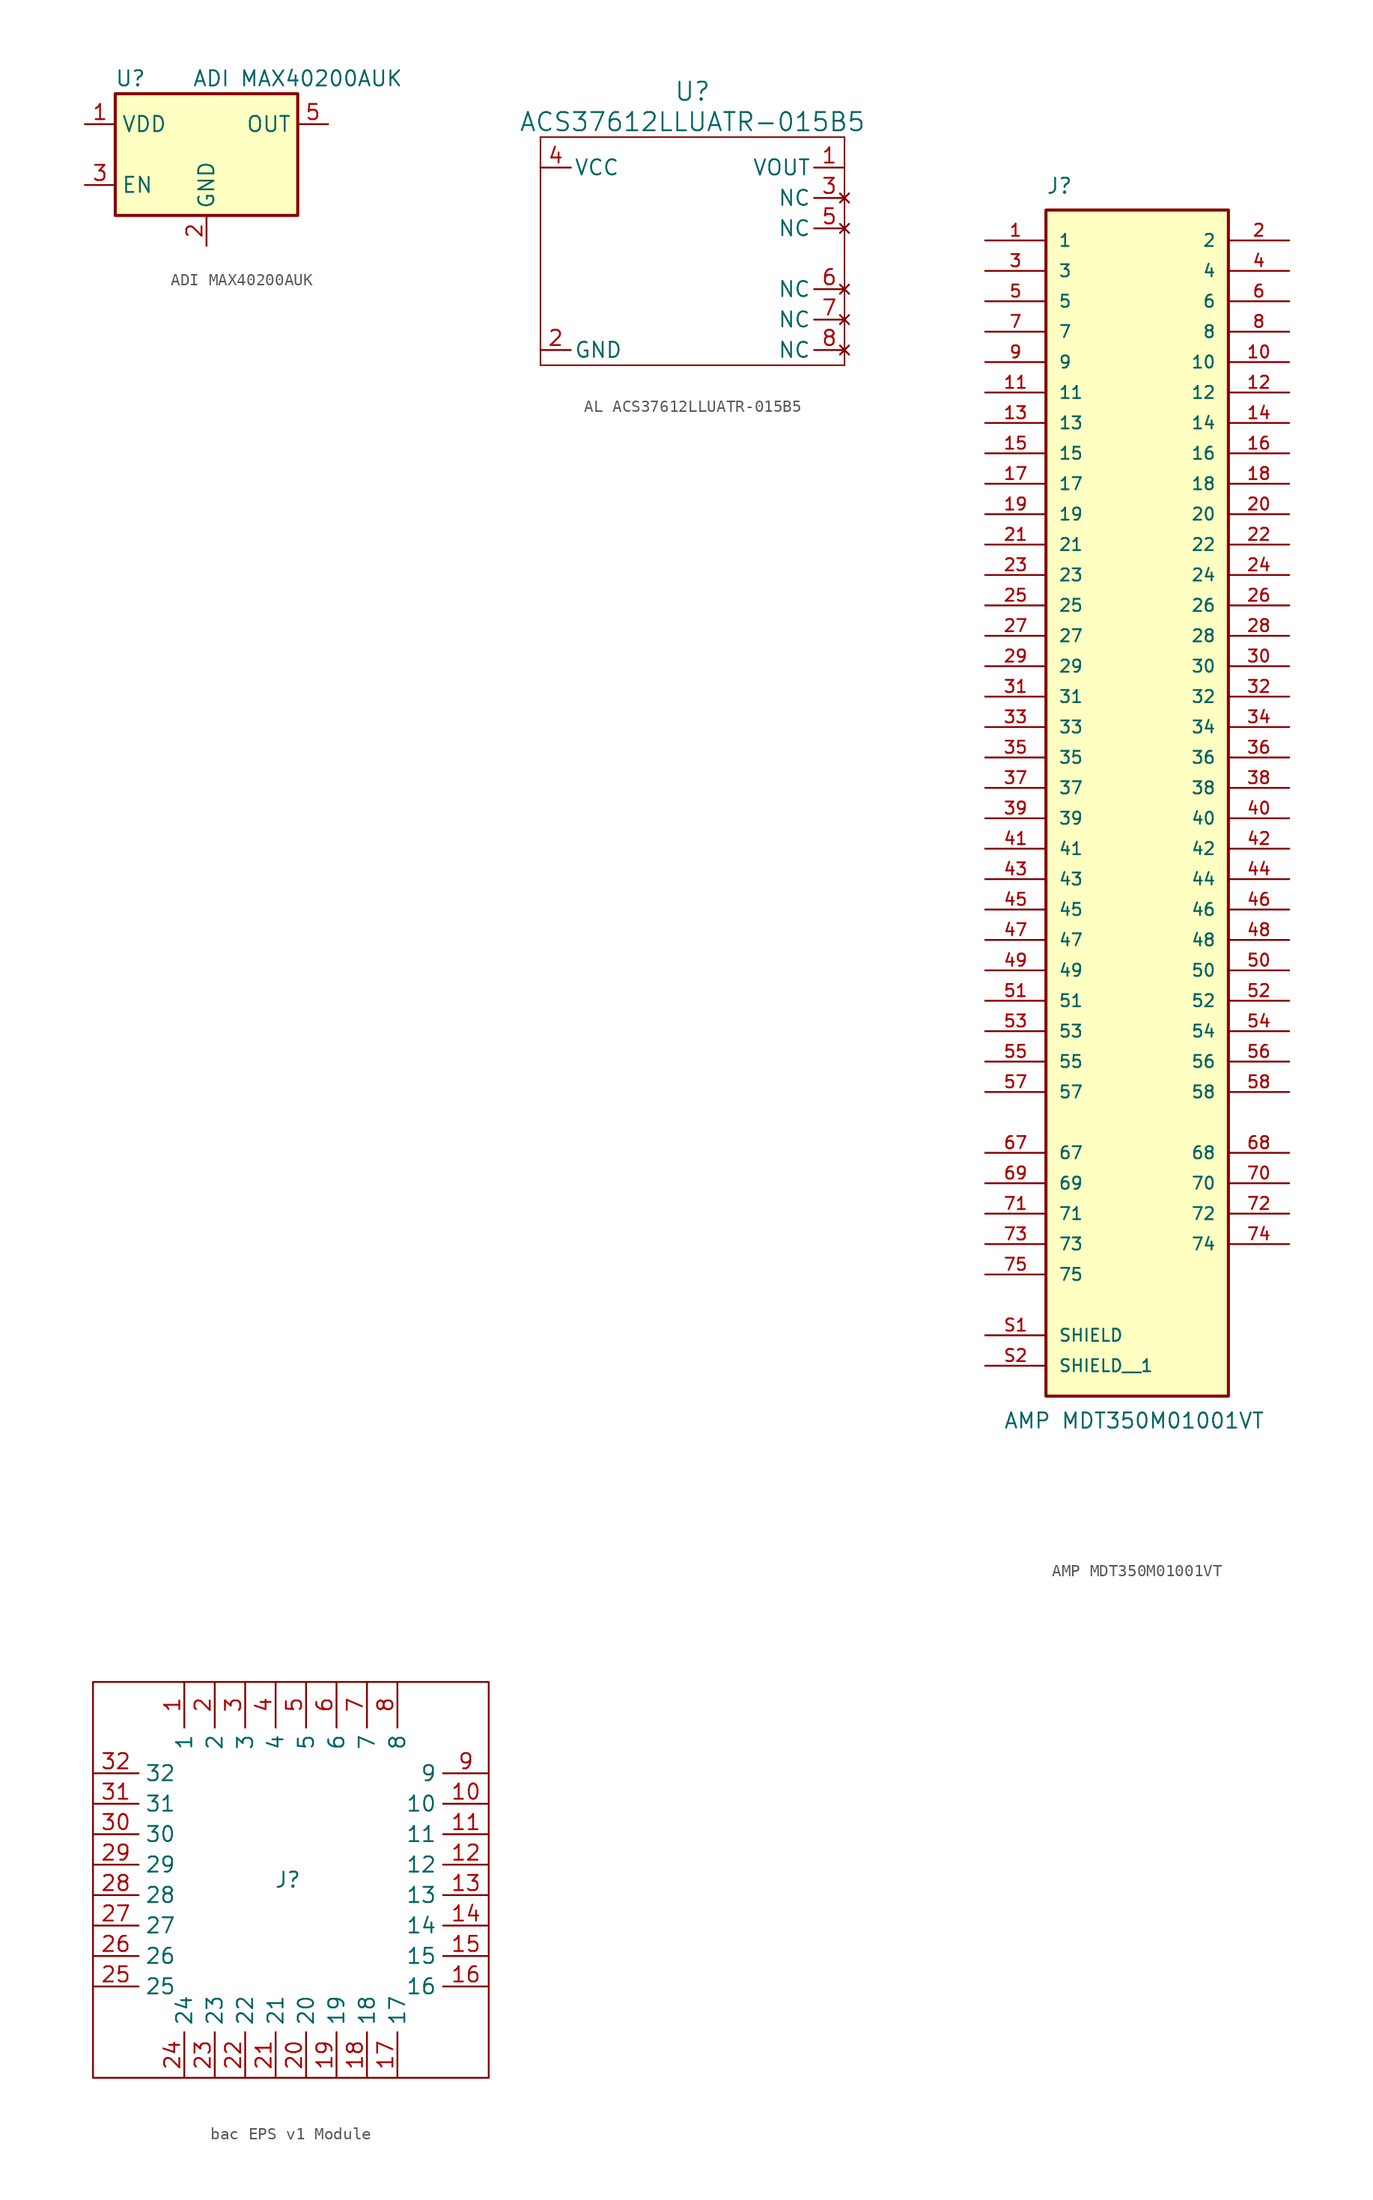
<source format=kicad_sym>
(kicad_symbol_lib
  (version 20231120)
  (generator "kicad_symbol_editor")
  (generator_version "8.0")
  (symbol "ADI MAX40200AUK"
    (property "Reference" "U"
      (at -6.35 6.35 0)
      (effects (font (size 1.27 1.27))))
    (property "Value" "ADI MAX40200AUK"
      (at 7.62 6.35 0)
      (effects (font (size 1.27 1.27))))
    (symbol "ADI MAX40200AUK_1_1"
      (rectangle (start -7.62 -5.08) (end 7.62 5.08) (stroke (width 0.254) (type default)) (fill (type background)))
      (pin power_in line (at -10.16 2.54 0) (length 2.54) (name "VDD" (effects (font (size 1.27 1.27)))) (number "1" (effects (font (size 1.27 1.27)))))
      (pin power_in line (at 0 -7.62 90) (length 2.54) (name "GND" (effects (font (size 1.27 1.27)))) (number "2" (effects (font (size 1.27 1.27)))))
      (pin input line (at -10.16 -2.54 0) (length 2.54) (name "EN" (effects (font (size 1.27 1.27)))) (number "3" (effects (font (size 1.27 1.27)))))
      (pin no_connect line (at 7.62 -2.54 180) (length 2.54) hide (name "NC" (effects (font (size 1.27 1.27)))) (number "4" (effects (font (size 1.27 1.27)))))
      (pin passive line (at 10.16 2.54 180) (length 2.54) (name "OUT" (effects (font (size 1.27 1.27)))) (number "5" (effects (font (size 1.27 1.27)))))))
  (symbol "AL ACS37612LLUATR-015B5"
    (pin_names
      (offset 0.254))
    (property "Reference" "U"
      (at 0 13.97 0)
      (effects (font (size 1.524 1.524))))
    (property "Value" "ACS37612LLUATR-015B5"
      (at 0 11.43 0)
      (effects (font (size 1.524 1.524))))
    (symbol "AL ACS37612LLUATR-015B5_0_1"
      (polyline (pts (xy -12.7 -8.89) (xy 12.7 -8.89)) (stroke (width 0.127) (type default)) (fill (type none)))
      (polyline (pts (xy -12.7 10.16) (xy -12.7 -8.89)) (stroke (width 0.127) (type default)) (fill (type none)))
      (polyline (pts (xy 12.7 -8.89) (xy 12.7 10.16)) (stroke (width 0.127) (type default)) (fill (type none)))
      (polyline (pts (xy 12.7 10.16) (xy -12.7 10.16)) (stroke (width 0.127) (type default)) (fill (type none)))
      (pin output line (at 12.7 7.62 180) (length 2.54) (name "VOUT" (effects (font (size 1.27 1.27)))) (number "1" (effects (font (size 1.27 1.27)))))
      (pin power_in line (at -12.7 -7.62 0) (length 2.54) (name "GND" (effects (font (size 1.27 1.27)))) (number "2" (effects (font (size 1.27 1.27)))))
      (pin no_connect line (at 12.7 5.08 180) (length 2.54) (name "NC" (effects (font (size 1.27 1.27)))) (number "3" (effects (font (size 1.27 1.27)))))
      (pin power_in line (at -12.7 7.62 0) (length 2.54) (name "VCC" (effects (font (size 1.27 1.27)))) (number "4" (effects (font (size 1.27 1.27)))))
      (pin no_connect line (at 12.7 2.54 180) (length 2.54) (name "NC" (effects (font (size 1.27 1.27)))) (number "5" (effects (font (size 1.27 1.27)))))
      (pin no_connect line (at 12.7 -2.54 180) (length 2.54) (name "NC" (effects (font (size 1.27 1.27)))) (number "6" (effects (font (size 1.27 1.27)))))
      (pin no_connect line (at 12.7 -5.08 180) (length 2.54) (name "NC" (effects (font (size 1.27 1.27)))) (number "7" (effects (font (size 1.27 1.27)))))
      (pin no_connect line (at 12.7 -7.62 180) (length 2.54) (name "NC" (effects (font (size 1.27 1.27)))) (number "8" (effects (font (size 1.27 1.27)))))))
  (symbol "AMP MDT350M01001VT"
    (pin_names
      (offset 1.016))
    (property "Reference" "J"
      (at -7.62 49.53 0)
      (effects (font (size 1.27 1.27)) (justify left bottom)))
    (property "Value" "AMP MDT350M01001VT"
      (at -11.176 -53.594 0)
      (effects (font (size 1.27 1.27)) (justify left bottom)))
    (symbol "AMP MDT350M01001VT_0_0"
      (rectangle (start -7.62 48.26) (end 7.62 -50.8) (stroke (width 0.254) (type default)) (fill (type background)))
      (pin passive line (at -12.7 45.72 0) (length 5.08) (name "1" (effects (font (size 1.016 1.016)))) (number "1" (effects (font (size 1.016 1.016)))))
      (pin passive line (at 12.7 35.56 180) (length 5.08) (name "10" (effects (font (size 1.016 1.016)))) (number "10" (effects (font (size 1.016 1.016)))))
      (pin passive line (at -12.7 33.02 0) (length 5.08) (name "11" (effects (font (size 1.016 1.016)))) (number "11" (effects (font (size 1.016 1.016)))))
      (pin passive line (at 12.7 33.02 180) (length 5.08) (name "12" (effects (font (size 1.016 1.016)))) (number "12" (effects (font (size 1.016 1.016)))))
      (pin passive line (at -12.7 30.48 0) (length 5.08) (name "13" (effects (font (size 1.016 1.016)))) (number "13" (effects (font (size 1.016 1.016)))))
      (pin passive line (at 12.7 30.48 180) (length 5.08) (name "14" (effects (font (size 1.016 1.016)))) (number "14" (effects (font (size 1.016 1.016)))))
      (pin passive line (at -12.7 27.94 0) (length 5.08) (name "15" (effects (font (size 1.016 1.016)))) (number "15" (effects (font (size 1.016 1.016)))))
      (pin passive line (at 12.7 27.94 180) (length 5.08) (name "16" (effects (font (size 1.016 1.016)))) (number "16" (effects (font (size 1.016 1.016)))))
      (pin passive line (at -12.7 25.4 0) (length 5.08) (name "17" (effects (font (size 1.016 1.016)))) (number "17" (effects (font (size 1.016 1.016)))))
      (pin passive line (at 12.7 25.4 180) (length 5.08) (name "18" (effects (font (size 1.016 1.016)))) (number "18" (effects (font (size 1.016 1.016)))))
      (pin passive line (at -12.7 22.86 0) (length 5.08) (name "19" (effects (font (size 1.016 1.016)))) (number "19" (effects (font (size 1.016 1.016)))))
      (pin passive line (at 12.7 45.72 180) (length 5.08) (name "2" (effects (font (size 1.016 1.016)))) (number "2" (effects (font (size 1.016 1.016)))))
      (pin passive line (at 12.7 22.86 180) (length 5.08) (name "20" (effects (font (size 1.016 1.016)))) (number "20" (effects (font (size 1.016 1.016)))))
      (pin passive line (at -12.7 20.32 0) (length 5.08) (name "21" (effects (font (size 1.016 1.016)))) (number "21" (effects (font (size 1.016 1.016)))))
      (pin passive line (at 12.7 20.32 180) (length 5.08) (name "22" (effects (font (size 1.016 1.016)))) (number "22" (effects (font (size 1.016 1.016)))))
      (pin passive line (at -12.7 17.78 0) (length 5.08) (name "23" (effects (font (size 1.016 1.016)))) (number "23" (effects (font (size 1.016 1.016)))))
      (pin passive line (at 12.7 17.78 180) (length 5.08) (name "24" (effects (font (size 1.016 1.016)))) (number "24" (effects (font (size 1.016 1.016)))))
      (pin passive line (at -12.7 15.24 0) (length 5.08) (name "25" (effects (font (size 1.016 1.016)))) (number "25" (effects (font (size 1.016 1.016)))))
      (pin passive line (at 12.7 15.24 180) (length 5.08) (name "26" (effects (font (size 1.016 1.016)))) (number "26" (effects (font (size 1.016 1.016)))))
      (pin passive line (at -12.7 12.7 0) (length 5.08) (name "27" (effects (font (size 1.016 1.016)))) (number "27" (effects (font (size 1.016 1.016)))))
      (pin passive line (at 12.7 12.7 180) (length 5.08) (name "28" (effects (font (size 1.016 1.016)))) (number "28" (effects (font (size 1.016 1.016)))))
      (pin passive line (at -12.7 10.16 0) (length 5.08) (name "29" (effects (font (size 1.016 1.016)))) (number "29" (effects (font (size 1.016 1.016)))))
      (pin passive line (at -12.7 43.18 0) (length 5.08) (name "3" (effects (font (size 1.016 1.016)))) (number "3" (effects (font (size 1.016 1.016)))))
      (pin passive line (at 12.7 10.16 180) (length 5.08) (name "30" (effects (font (size 1.016 1.016)))) (number "30" (effects (font (size 1.016 1.016)))))
      (pin passive line (at -12.7 7.62 0) (length 5.08) (name "31" (effects (font (size 1.016 1.016)))) (number "31" (effects (font (size 1.016 1.016)))))
      (pin passive line (at 12.7 7.62 180) (length 5.08) (name "32" (effects (font (size 1.016 1.016)))) (number "32" (effects (font (size 1.016 1.016)))))
      (pin passive line (at -12.7 5.08 0) (length 5.08) (name "33" (effects (font (size 1.016 1.016)))) (number "33" (effects (font (size 1.016 1.016)))))
      (pin passive line (at 12.7 5.08 180) (length 5.08) (name "34" (effects (font (size 1.016 1.016)))) (number "34" (effects (font (size 1.016 1.016)))))
      (pin passive line (at -12.7 2.54 0) (length 5.08) (name "35" (effects (font (size 1.016 1.016)))) (number "35" (effects (font (size 1.016 1.016)))))
      (pin passive line (at 12.7 2.54 180) (length 5.08) (name "36" (effects (font (size 1.016 1.016)))) (number "36" (effects (font (size 1.016 1.016)))))
      (pin passive line (at -12.7 0 0) (length 5.08) (name "37" (effects (font (size 1.016 1.016)))) (number "37" (effects (font (size 1.016 1.016)))))
      (pin passive line (at 12.7 0 180) (length 5.08) (name "38" (effects (font (size 1.016 1.016)))) (number "38" (effects (font (size 1.016 1.016)))))
      (pin passive line (at -12.7 -2.54 0) (length 5.08) (name "39" (effects (font (size 1.016 1.016)))) (number "39" (effects (font (size 1.016 1.016)))))
      (pin passive line (at 12.7 43.18 180) (length 5.08) (name "4" (effects (font (size 1.016 1.016)))) (number "4" (effects (font (size 1.016 1.016)))))
      (pin passive line (at 12.7 -2.54 180) (length 5.08) (name "40" (effects (font (size 1.016 1.016)))) (number "40" (effects (font (size 1.016 1.016)))))
      (pin passive line (at -12.7 -5.08 0) (length 5.08) (name "41" (effects (font (size 1.016 1.016)))) (number "41" (effects (font (size 1.016 1.016)))))
      (pin passive line (at 12.7 -5.08 180) (length 5.08) (name "42" (effects (font (size 1.016 1.016)))) (number "42" (effects (font (size 1.016 1.016)))))
      (pin passive line (at -12.7 -7.62 0) (length 5.08) (name "43" (effects (font (size 1.016 1.016)))) (number "43" (effects (font (size 1.016 1.016)))))
      (pin passive line (at 12.7 -7.62 180) (length 5.08) (name "44" (effects (font (size 1.016 1.016)))) (number "44" (effects (font (size 1.016 1.016)))))
      (pin passive line (at -12.7 -10.16 0) (length 5.08) (name "45" (effects (font (size 1.016 1.016)))) (number "45" (effects (font (size 1.016 1.016)))))
      (pin passive line (at 12.7 -10.16 180) (length 5.08) (name "46" (effects (font (size 1.016 1.016)))) (number "46" (effects (font (size 1.016 1.016)))))
      (pin passive line (at -12.7 -12.7 0) (length 5.08) (name "47" (effects (font (size 1.016 1.016)))) (number "47" (effects (font (size 1.016 1.016)))))
      (pin passive line (at 12.7 -12.7 180) (length 5.08) (name "48" (effects (font (size 1.016 1.016)))) (number "48" (effects (font (size 1.016 1.016)))))
      (pin passive line (at -12.7 -15.24 0) (length 5.08) (name "49" (effects (font (size 1.016 1.016)))) (number "49" (effects (font (size 1.016 1.016)))))
      (pin passive line (at -12.7 40.64 0) (length 5.08) (name "5" (effects (font (size 1.016 1.016)))) (number "5" (effects (font (size 1.016 1.016)))))
      (pin passive line (at 12.7 -15.24 180) (length 5.08) (name "50" (effects (font (size 1.016 1.016)))) (number "50" (effects (font (size 1.016 1.016)))))
      (pin passive line (at -12.7 -17.78 0) (length 5.08) (name "51" (effects (font (size 1.016 1.016)))) (number "51" (effects (font (size 1.016 1.016)))))
      (pin passive line (at 12.7 -17.78 180) (length 5.08) (name "52" (effects (font (size 1.016 1.016)))) (number "52" (effects (font (size 1.016 1.016)))))
      (pin passive line (at -12.7 -20.32 0) (length 5.08) (name "53" (effects (font (size 1.016 1.016)))) (number "53" (effects (font (size 1.016 1.016)))))
      (pin passive line (at 12.7 -20.32 180) (length 5.08) (name "54" (effects (font (size 1.016 1.016)))) (number "54" (effects (font (size 1.016 1.016)))))
      (pin passive line (at -12.7 -22.86 0) (length 5.08) (name "55" (effects (font (size 1.016 1.016)))) (number "55" (effects (font (size 1.016 1.016)))))
      (pin passive line (at 12.7 -22.86 180) (length 5.08) (name "56" (effects (font (size 1.016 1.016)))) (number "56" (effects (font (size 1.016 1.016)))))
      (pin passive line (at -12.7 -25.4 0) (length 5.08) (name "57" (effects (font (size 1.016 1.016)))) (number "57" (effects (font (size 1.016 1.016)))))
      (pin passive line (at 12.7 -25.4 180) (length 5.08) (name "58" (effects (font (size 1.016 1.016)))) (number "58" (effects (font (size 1.016 1.016)))))
      (pin passive line (at 12.7 40.64 180) (length 5.08) (name "6" (effects (font (size 1.016 1.016)))) (number "6" (effects (font (size 1.016 1.016)))))
      (pin passive line (at -12.7 -30.48 0) (length 5.08) (name "67" (effects (font (size 1.016 1.016)))) (number "67" (effects (font (size 1.016 1.016)))))
      (pin passive line (at 12.7 -30.48 180) (length 5.08) (name "68" (effects (font (size 1.016 1.016)))) (number "68" (effects (font (size 1.016 1.016)))))
      (pin passive line (at -12.7 -33.02 0) (length 5.08) (name "69" (effects (font (size 1.016 1.016)))) (number "69" (effects (font (size 1.016 1.016)))))
      (pin passive line (at -12.7 38.1 0) (length 5.08) (name "7" (effects (font (size 1.016 1.016)))) (number "7" (effects (font (size 1.016 1.016)))))
      (pin passive line (at 12.7 -33.02 180) (length 5.08) (name "70" (effects (font (size 1.016 1.016)))) (number "70" (effects (font (size 1.016 1.016)))))
      (pin passive line (at -12.7 -35.56 0) (length 5.08) (name "71" (effects (font (size 1.016 1.016)))) (number "71" (effects (font (size 1.016 1.016)))))
      (pin passive line (at 12.7 -35.56 180) (length 5.08) (name "72" (effects (font (size 1.016 1.016)))) (number "72" (effects (font (size 1.016 1.016)))))
      (pin passive line (at -12.7 -38.1 0) (length 5.08) (name "73" (effects (font (size 1.016 1.016)))) (number "73" (effects (font (size 1.016 1.016)))))
      (pin passive line (at 12.7 -38.1 180) (length 5.08) (name "74" (effects (font (size 1.016 1.016)))) (number "74" (effects (font (size 1.016 1.016)))))
      (pin passive line (at -12.7 -40.64 0) (length 5.08) (name "75" (effects (font (size 1.016 1.016)))) (number "75" (effects (font (size 1.016 1.016)))))
      (pin passive line (at 12.7 38.1 180) (length 5.08) (name "8" (effects (font (size 1.016 1.016)))) (number "8" (effects (font (size 1.016 1.016)))))
      (pin passive line (at -12.7 35.56 0) (length 5.08) (name "9" (effects (font (size 1.016 1.016)))) (number "9" (effects (font (size 1.016 1.016)))))
      (pin passive line (at -12.7 -45.72 0) (length 5.08) (name "SHIELD" (effects (font (size 1.016 1.016)))) (number "S1" (effects (font (size 1.016 1.016)))))
      (pin passive line (at -12.7 -48.26 0) (length 5.08) (name "SHIELD__1" (effects (font (size 1.016 1.016)))) (number "S2" (effects (font (size 1.016 1.016)))))))
  (symbol "bac EPS v1 Module"
    (property "Reference" "J"
      (at -0.254 0 0)
      (effects (font (size 1.27 1.27))))
    (property "Value" ""
      (at -2.54 -5.08 0)
      (effects (font (size 1.27 1.27))))
    (symbol "bac EPS v1 Module_0_1"
      (rectangle (start -16.51 16.51) (end 16.51 -16.51) (stroke (width 0) (type default)) (fill (type none))))
    (symbol "bac EPS v1 Module_1_1"
      (pin passive line (at -8.89 16.51 270) (length 3.81) (name "1" (effects (font (size 1.27 1.27)))) (number "1" (effects (font (size 1.27 1.27)))))
      (pin passive line (at 16.51 6.35 180) (length 3.81) (name "10" (effects (font (size 1.27 1.27)))) (number "10" (effects (font (size 1.27 1.27)))))
      (pin passive line (at 16.51 3.81 180) (length 3.81) (name "11" (effects (font (size 1.27 1.27)))) (number "11" (effects (font (size 1.27 1.27)))))
      (pin passive line (at 16.51 1.27 180) (length 3.81) (name "12" (effects (font (size 1.27 1.27)))) (number "12" (effects (font (size 1.27 1.27)))))
      (pin passive line (at 16.51 -1.27 180) (length 3.81) (name "13" (effects (font (size 1.27 1.27)))) (number "13" (effects (font (size 1.27 1.27)))))
      (pin passive line (at 16.51 -3.81 180) (length 3.81) (name "14" (effects (font (size 1.27 1.27)))) (number "14" (effects (font (size 1.27 1.27)))))
      (pin passive line (at 16.51 -6.35 180) (length 3.81) (name "15" (effects (font (size 1.27 1.27)))) (number "15" (effects (font (size 1.27 1.27)))))
      (pin passive line (at 16.51 -8.89 180) (length 3.81) (name "16" (effects (font (size 1.27 1.27)))) (number "16" (effects (font (size 1.27 1.27)))))
      (pin passive line (at 8.89 -16.51 90) (length 3.81) (name "17" (effects (font (size 1.27 1.27)))) (number "17" (effects (font (size 1.27 1.27)))))
      (pin passive line (at 6.35 -16.51 90) (length 3.81) (name "18" (effects (font (size 1.27 1.27)))) (number "18" (effects (font (size 1.27 1.27)))))
      (pin passive line (at 3.81 -16.51 90) (length 3.81) (name "19" (effects (font (size 1.27 1.27)))) (number "19" (effects (font (size 1.27 1.27)))))
      (pin passive line (at -6.35 16.51 270) (length 3.81) (name "2" (effects (font (size 1.27 1.27)))) (number "2" (effects (font (size 1.27 1.27)))))
      (pin passive line (at 1.27 -16.51 90) (length 3.81) (name "20" (effects (font (size 1.27 1.27)))) (number "20" (effects (font (size 1.27 1.27)))))
      (pin passive line (at -1.27 -16.51 90) (length 3.81) (name "21" (effects (font (size 1.27 1.27)))) (number "21" (effects (font (size 1.27 1.27)))))
      (pin passive line (at -3.81 -16.51 90) (length 3.81) (name "22" (effects (font (size 1.27 1.27)))) (number "22" (effects (font (size 1.27 1.27)))))
      (pin passive line (at -6.35 -16.51 90) (length 3.81) (name "23" (effects (font (size 1.27 1.27)))) (number "23" (effects (font (size 1.27 1.27)))))
      (pin passive line (at -8.89 -16.51 90) (length 3.81) (name "24" (effects (font (size 1.27 1.27)))) (number "24" (effects (font (size 1.27 1.27)))))
      (pin passive line (at -16.51 -8.89 0) (length 3.81) (name "25" (effects (font (size 1.27 1.27)))) (number "25" (effects (font (size 1.27 1.27)))))
      (pin passive line (at -16.51 -6.35 0) (length 3.81) (name "26" (effects (font (size 1.27 1.27)))) (number "26" (effects (font (size 1.27 1.27)))))
      (pin passive line (at -16.51 -3.81 0) (length 3.81) (name "27" (effects (font (size 1.27 1.27)))) (number "27" (effects (font (size 1.27 1.27)))))
      (pin passive line (at -16.51 -1.27 0) (length 3.81) (name "28" (effects (font (size 1.27 1.27)))) (number "28" (effects (font (size 1.27 1.27)))))
      (pin passive line (at -16.51 1.27 0) (length 3.81) (name "29" (effects (font (size 1.27 1.27)))) (number "29" (effects (font (size 1.27 1.27)))))
      (pin passive line (at -3.81 16.51 270) (length 3.81) (name "3" (effects (font (size 1.27 1.27)))) (number "3" (effects (font (size 1.27 1.27)))))
      (pin passive line (at -16.51 3.81 0) (length 3.81) (name "30" (effects (font (size 1.27 1.27)))) (number "30" (effects (font (size 1.27 1.27)))))
      (pin passive line (at -16.51 6.35 0) (length 3.81) (name "31" (effects (font (size 1.27 1.27)))) (number "31" (effects (font (size 1.27 1.27)))))
      (pin passive line (at -16.51 8.89 0) (length 3.81) (name "32" (effects (font (size 1.27 1.27)))) (number "32" (effects (font (size 1.27 1.27)))))
      (pin passive line (at -1.27 16.51 270) (length 3.81) (name "4" (effects (font (size 1.27 1.27)))) (number "4" (effects (font (size 1.27 1.27)))))
      (pin passive line (at 1.27 16.51 270) (length 3.81) (name "5" (effects (font (size 1.27 1.27)))) (number "5" (effects (font (size 1.27 1.27)))))
      (pin passive line (at 3.81 16.51 270) (length 3.81) (name "6" (effects (font (size 1.27 1.27)))) (number "6" (effects (font (size 1.27 1.27)))))
      (pin passive line (at 6.35 16.51 270) (length 3.81) (name "7" (effects (font (size 1.27 1.27)))) (number "7" (effects (font (size 1.27 1.27)))))
      (pin passive line (at 8.89 16.51 270) (length 3.81) (name "8" (effects (font (size 1.27 1.27)))) (number "8" (effects (font (size 1.27 1.27)))))
      (pin passive line (at 16.51 8.89 180) (length 3.81) (name "9" (effects (font (size 1.27 1.27)))) (number "9" (effects (font (size 1.27 1.27))))))))
</source>
